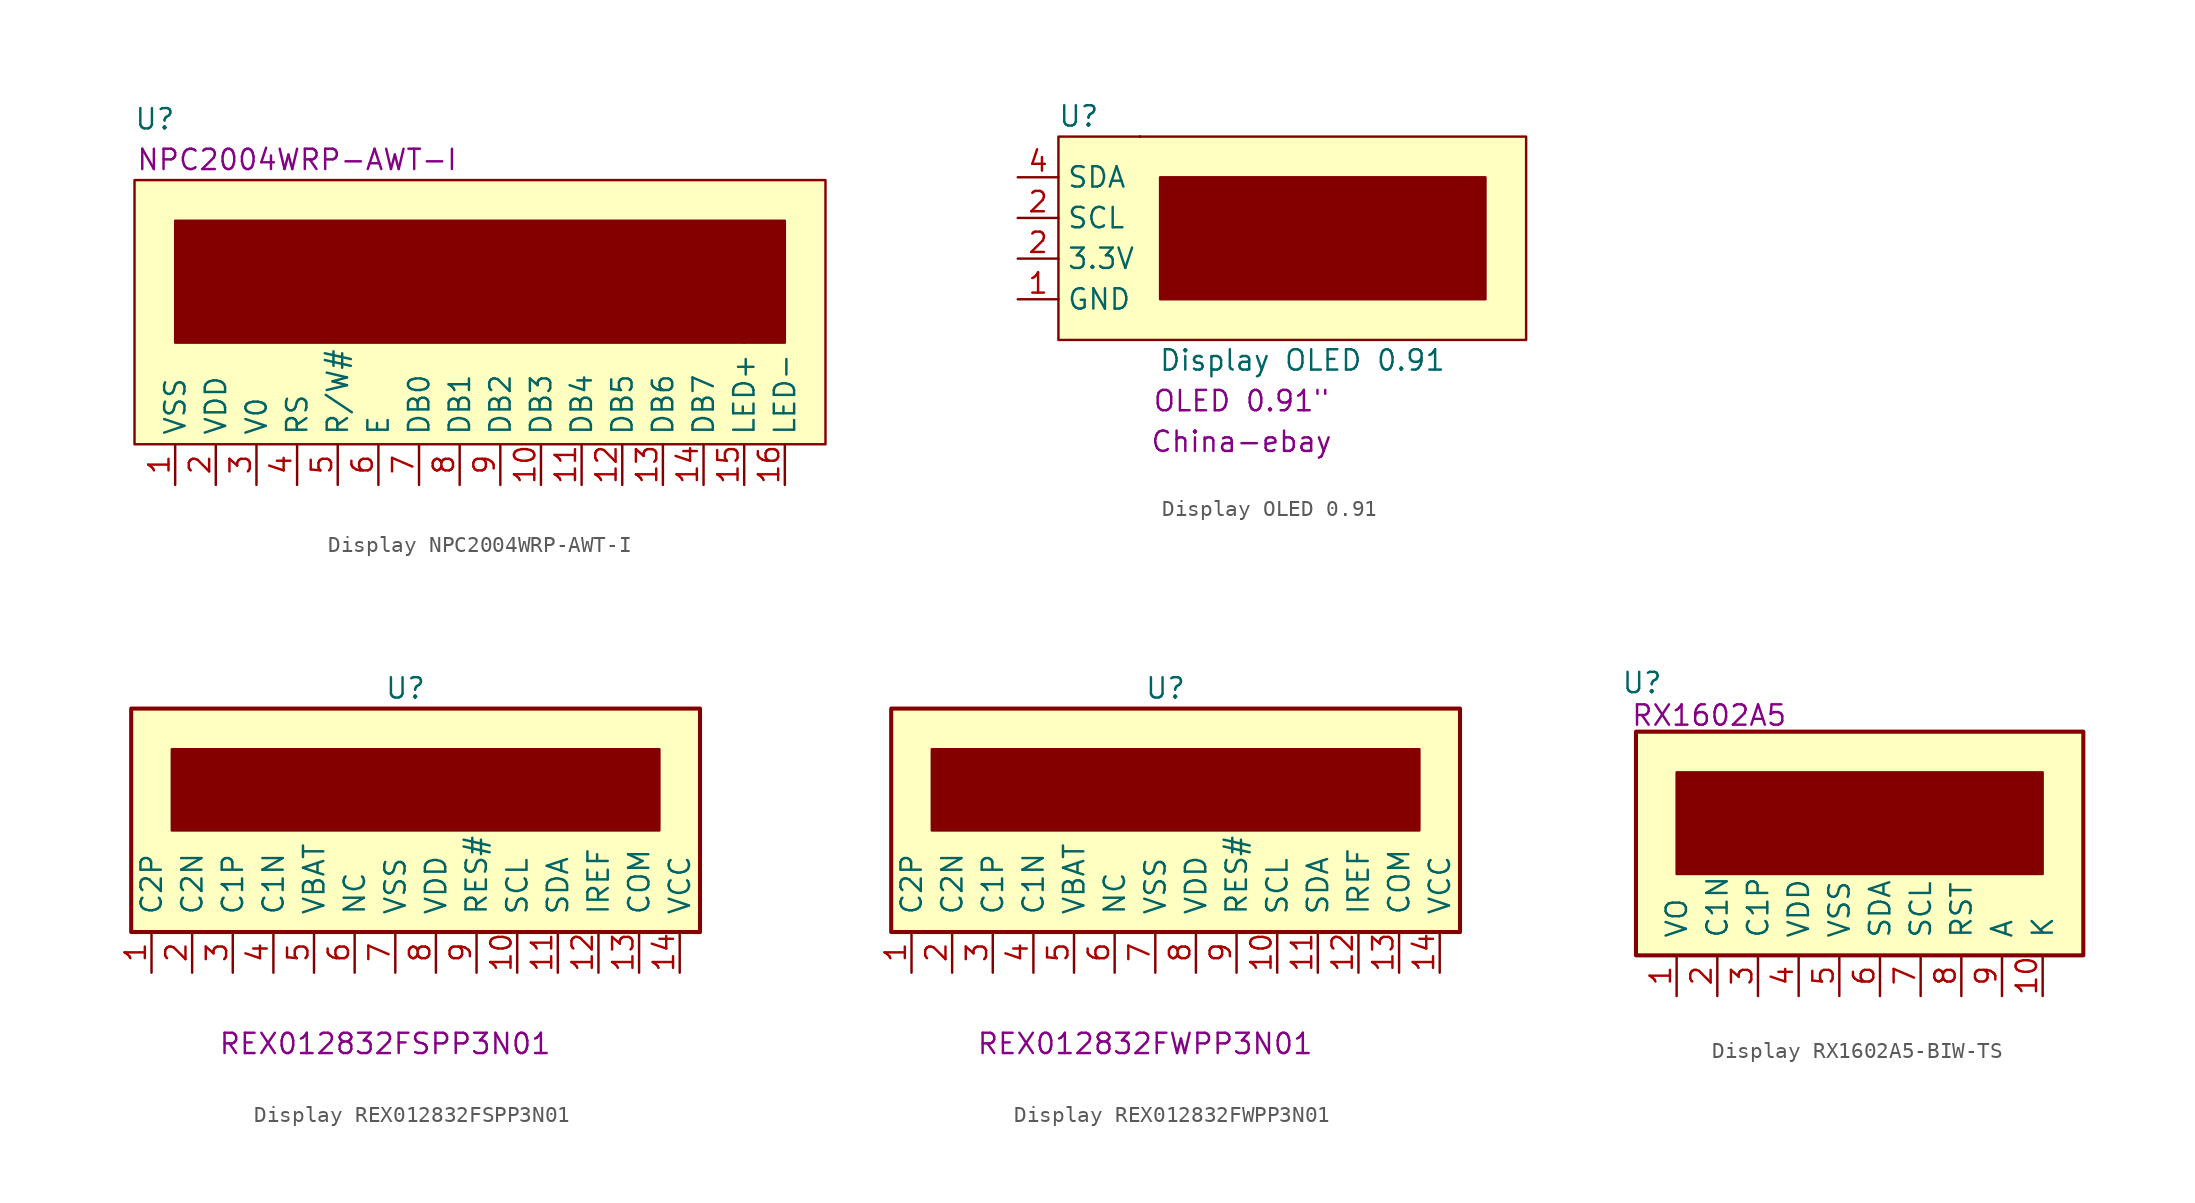
<source format=kicad_sym>
(kicad_symbol_lib
  (version 20211014)
  (generator kicad_symbol_editor)
  (symbol "Display NPC2004WRP-AWT-I"
    (property "Reference" "U"
      (at -19.05 12.7 0)
      (effects (font (size 1.27 1.27))))
    (property "Comment" "NPC2004WRP-AWT-I"
      (at -10.16 10.16 0)
      (effects (font (size 1.27 1.27))))
    (symbol "Display NPC2004WRP-AWT-I_0_1"
      (rectangle (start 17.78 -1.27) (end 17.78 -1.27) (stroke (width 0.152) (type default) (color 0 0 0 0)) (fill (type none)))
      (rectangle (start 17.78 -1.27) (end 17.78 -1.27) (stroke (width 0.152) (type default) (color 0 0 0 0)) (fill (type none)))
      (rectangle (start 20.32 -1.27) (end -17.78 6.35) (stroke (width 0.152) (type default) (color 0 0 0 0)) (fill (type outline)))
      (rectangle (start 22.86 -7.62) (end -20.32 8.89) (stroke (width 0.152) (type default) (color 0 0 0 0)) (fill (type background))))
    (symbol "Display NPC2004WRP-AWT-I_1_1"
      (pin power_in line (at -17.78 -10.16 90) (length 2.54) (name "VSS" (effects (font (size 1.27 1.27)))) (number "1" (effects (font (size 1.27 1.27)))))
      (pin bidirectional line (at 5.08 -10.16 90) (length 2.54) (name "DB3" (effects (font (size 1.27 1.27)))) (number "10" (effects (font (size 1.27 1.27)))))
      (pin bidirectional line (at 7.62 -10.16 90) (length 2.54) (name "DB4" (effects (font (size 1.27 1.27)))) (number "11" (effects (font (size 1.27 1.27)))))
      (pin bidirectional line (at 10.16 -10.16 90) (length 2.54) (name "DB5" (effects (font (size 1.27 1.27)))) (number "12" (effects (font (size 1.27 1.27)))))
      (pin bidirectional line (at 12.7 -10.16 90) (length 2.54) (name "DB6" (effects (font (size 1.27 1.27)))) (number "13" (effects (font (size 1.27 1.27)))))
      (pin bidirectional line (at 15.24 -10.16 90) (length 2.54) (name "DB7" (effects (font (size 1.27 1.27)))) (number "14" (effects (font (size 1.27 1.27)))))
      (pin power_in line (at 17.78 -10.16 90) (length 2.54) (name "LED+" (effects (font (size 1.27 1.27)))) (number "15" (effects (font (size 1.27 1.27)))))
      (pin power_in line (at 20.32 -10.16 90) (length 2.54) (name "LED-" (effects (font (size 1.27 1.27)))) (number "16" (effects (font (size 1.27 1.27)))))
      (pin power_in line (at -15.24 -10.16 90) (length 2.54) (name "VDD" (effects (font (size 1.27 1.27)))) (number "2" (effects (font (size 1.27 1.27)))))
      (pin passive line (at -12.7 -10.16 90) (length 2.54) (name "V0" (effects (font (size 1.27 1.27)))) (number "3" (effects (font (size 1.27 1.27)))))
      (pin input line (at -10.16 -10.16 90) (length 2.54) (name "RS" (effects (font (size 1.27 1.27)))) (number "4" (effects (font (size 1.27 1.27)))))
      (pin input line (at -7.62 -10.16 90) (length 2.54) (name "R/W#" (effects (font (size 1.27 1.27)))) (number "5" (effects (font (size 1.27 1.27)))))
      (pin input line (at -5.08 -10.16 90) (length 2.54) (name "E" (effects (font (size 1.27 1.27)))) (number "6" (effects (font (size 1.27 1.27)))))
      (pin bidirectional line (at -2.54 -10.16 90) (length 2.54) (name "DB0" (effects (font (size 1.27 1.27)))) (number "7" (effects (font (size 1.27 1.27)))))
      (pin bidirectional line (at 0 -10.16 90) (length 2.54) (name "DB1" (effects (font (size 1.27 1.27)))) (number "8" (effects (font (size 1.27 1.27)))))
      (pin bidirectional line (at 2.54 -10.16 90) (length 2.54) (name "DB2" (effects (font (size 1.27 1.27)))) (number "9" (effects (font (size 1.27 1.27)))))))
  (symbol "Display OLED 0.91"
    (property "Reference" "U"
      (at -6.35 1.27 0)
      (effects (font (size 1.27 1.27))))
    (property "Value" "Display OLED 0.91"
      (at 7.62 -13.97 0)
      (effects (font (size 1.27 1.27))))
    (property "Comment" "OLED 0.91\""
      (at 3.81 -16.51 0)
      (effects (font (size 1.27 1.27))))
    (property "Manufacturer" "China-ebay"
      (at 3.81 -19.05 0)
      (effects (font (size 1.27 1.27))))
    (property "ManufacturerPartNo" ""
      (at 0 0 0)
      (effects (font (size 1.27 1.27))))
    (symbol "Display OLED 0.91_0_1"
      (rectangle (start -7.62 0) (end 21.59 -12.7) (stroke (width 0.152) (type default) (color 0 0 0 0)) (fill (type background)))
      (rectangle (start -2.54 0) (end -2.54 0) (stroke (width 0.152) (type default) (color 0 0 0 0)) (fill (type none)))
      (rectangle (start -2.54 0) (end -2.54 0) (stroke (width 0.152) (type default) (color 0 0 0 0)) (fill (type none)))
      (rectangle (start -1.27 -2.54) (end 19.05 -10.16) (stroke (width 0.152) (type default) (color 0 0 0 0)) (fill (type outline))))
    (symbol "Display OLED 0.91_1_1"
      (pin power_in line (at -10.16 -10.16 0) (length 2.54) (name "GND" (effects (font (size 1.27 1.27)))) (number "1" (effects (font (size 1.27 1.27)))))
      (pin power_in line (at -10.16 -7.62 0) (length 2.54) (name "3.3V" (effects (font (size 1.27 1.27)))) (number "2" (effects (font (size 1.27 1.27)))))
      (pin input line (at -10.16 -5.08 0) (length 2.54) (name "SCL" (effects (font (size 1.27 1.27)))) (number "2" (effects (font (size 1.27 1.27)))))
      (pin bidirectional line (at -10.16 -2.54 0) (length 2.54) (name "SDA" (effects (font (size 1.27 1.27)))) (number "4" (effects (font (size 1.27 1.27)))))))
  (symbol "Display REX012832FSPP3N01"
    (pin_names
      (offset 1.016))
    (property "Reference" "U"
      (at -0.635 7.62 0)
      (effects (font (size 1.27 1.27))))
    (property "Comment" "REX012832FSPP3N01"
      (at -1.905 -14.605 0)
      (effects (font (size 1.27 1.27))))
    (symbol "Display REX012832FSPP3N01_1_1"
      (rectangle (start -17.78 6.35) (end 17.78 -7.62) (stroke (width 0.254) (type default) (color 0 0 0 0)) (fill (type background)))
      (rectangle (start -15.24 3.81) (end 15.24 -1.27) (stroke (width 0) (type default) (color 0 0 0 0)) (fill (type outline)))
      (pin passive line (at -16.51 -10.16 90) (length 2.54) (name "C2P" (effects (font (size 1.27 1.27)))) (number "1" (effects (font (size 1.27 1.27)))))
      (pin input line (at 6.35 -10.16 90) (length 2.54) (name "SCL" (effects (font (size 1.27 1.27)))) (number "10" (effects (font (size 1.27 1.27)))))
      (pin bidirectional line (at 8.89 -10.16 90) (length 2.54) (name "SDA" (effects (font (size 1.27 1.27)))) (number "11" (effects (font (size 1.27 1.27)))))
      (pin passive line (at 11.43 -10.16 90) (length 2.54) (name "IREF" (effects (font (size 1.27 1.27)))) (number "12" (effects (font (size 1.27 1.27)))))
      (pin passive line (at 13.97 -10.16 90) (length 2.54) (name "COM" (effects (font (size 1.27 1.27)))) (number "13" (effects (font (size 1.27 1.27)))))
      (pin power_in line (at 16.51 -10.16 90) (length 2.54) (name "VCC" (effects (font (size 1.27 1.27)))) (number "14" (effects (font (size 1.27 1.27)))))
      (pin passive line (at -13.97 -10.16 90) (length 2.54) (name "C2N" (effects (font (size 1.27 1.27)))) (number "2" (effects (font (size 1.27 1.27)))))
      (pin passive line (at -11.43 -10.16 90) (length 2.54) (name "C1P" (effects (font (size 1.27 1.27)))) (number "3" (effects (font (size 1.27 1.27)))))
      (pin passive line (at -8.89 -10.16 90) (length 2.54) (name "C1N" (effects (font (size 1.27 1.27)))) (number "4" (effects (font (size 1.27 1.27)))))
      (pin power_in line (at -6.35 -10.16 90) (length 2.54) (name "VBAT" (effects (font (size 1.27 1.27)))) (number "5" (effects (font (size 1.27 1.27)))))
      (pin passive line (at -3.81 -10.16 90) (length 2.54) (name "NC" (effects (font (size 1.27 1.27)))) (number "6" (effects (font (size 1.27 1.27)))))
      (pin passive line (at -1.27 -10.16 90) (length 2.54) (name "VSS" (effects (font (size 1.27 1.27)))) (number "7" (effects (font (size 1.27 1.27)))))
      (pin power_in line (at 1.27 -10.16 90) (length 2.54) (name "VDD" (effects (font (size 1.27 1.27)))) (number "8" (effects (font (size 1.27 1.27)))))
      (pin input line (at 3.81 -10.16 90) (length 2.54) (name "RES#" (effects (font (size 1.27 1.27)))) (number "9" (effects (font (size 1.27 1.27)))))))
  (symbol "Display REX012832FWPP3N01"
    (pin_names
      (offset 1.016))
    (property "Reference" "U"
      (at -0.635 7.62 0)
      (effects (font (size 1.27 1.27))))
    (property "Comment" "REX012832FWPP3N01"
      (at -1.905 -14.605 0)
      (effects (font (size 1.27 1.27))))
    (symbol "Display REX012832FWPP3N01_1_1"
      (rectangle (start -17.78 6.35) (end 17.78 -7.62) (stroke (width 0.254) (type default) (color 0 0 0 0)) (fill (type background)))
      (rectangle (start -15.24 3.81) (end 15.24 -1.27) (stroke (width 0) (type default) (color 0 0 0 0)) (fill (type outline)))
      (pin passive line (at -16.51 -10.16 90) (length 2.54) (name "C2P" (effects (font (size 1.27 1.27)))) (number "1" (effects (font (size 1.27 1.27)))))
      (pin input line (at 6.35 -10.16 90) (length 2.54) (name "SCL" (effects (font (size 1.27 1.27)))) (number "10" (effects (font (size 1.27 1.27)))))
      (pin bidirectional line (at 8.89 -10.16 90) (length 2.54) (name "SDA" (effects (font (size 1.27 1.27)))) (number "11" (effects (font (size 1.27 1.27)))))
      (pin passive line (at 11.43 -10.16 90) (length 2.54) (name "IREF" (effects (font (size 1.27 1.27)))) (number "12" (effects (font (size 1.27 1.27)))))
      (pin passive line (at 13.97 -10.16 90) (length 2.54) (name "COM" (effects (font (size 1.27 1.27)))) (number "13" (effects (font (size 1.27 1.27)))))
      (pin power_in line (at 16.51 -10.16 90) (length 2.54) (name "VCC" (effects (font (size 1.27 1.27)))) (number "14" (effects (font (size 1.27 1.27)))))
      (pin passive line (at -13.97 -10.16 90) (length 2.54) (name "C2N" (effects (font (size 1.27 1.27)))) (number "2" (effects (font (size 1.27 1.27)))))
      (pin passive line (at -11.43 -10.16 90) (length 2.54) (name "C1P" (effects (font (size 1.27 1.27)))) (number "3" (effects (font (size 1.27 1.27)))))
      (pin passive line (at -8.89 -10.16 90) (length 2.54) (name "C1N" (effects (font (size 1.27 1.27)))) (number "4" (effects (font (size 1.27 1.27)))))
      (pin power_in line (at -6.35 -10.16 90) (length 2.54) (name "VBAT" (effects (font (size 1.27 1.27)))) (number "5" (effects (font (size 1.27 1.27)))))
      (pin passive line (at -3.81 -10.16 90) (length 2.54) (name "NC" (effects (font (size 1.27 1.27)))) (number "6" (effects (font (size 1.27 1.27)))))
      (pin passive line (at -1.27 -10.16 90) (length 2.54) (name "VSS" (effects (font (size 1.27 1.27)))) (number "7" (effects (font (size 1.27 1.27)))))
      (pin power_in line (at 1.27 -10.16 90) (length 2.54) (name "VDD" (effects (font (size 1.27 1.27)))) (number "8" (effects (font (size 1.27 1.27)))))
      (pin input line (at 3.81 -10.16 90) (length 2.54) (name "RES#" (effects (font (size 1.27 1.27)))) (number "9" (effects (font (size 1.27 1.27)))))))
  (symbol "Display RX1602A5-BIW-TS"
    (pin_names
      (offset 1.016))
    (property "Reference" "U"
      (at -13.589 8.128 0)
      (effects (font (size 1.27 1.27))))
    (property "Comment" "RX1602A5"
      (at -9.398 6.096 0)
      (effects (font (size 1.27 1.27))))
    (symbol "Display RX1602A5-BIW-TS_0_1"
      (rectangle (start -13.97 5.08) (end 13.97 -8.89) (stroke (width 0.254) (type default) (color 0 0 0 0)) (fill (type background)))
      (rectangle (start -11.43 2.54) (end 11.43 -3.81) (stroke (width 0) (type default) (color 0 0 0 0)) (fill (type outline))))
    (symbol "Display RX1602A5-BIW-TS_1_1"
      (pin passive line (at -11.43 -11.43 90) (length 2.54) (name "VO" (effects (font (size 1.27 1.27)))) (number "1" (effects (font (size 1.27 1.27)))))
      (pin passive line (at 11.43 -11.43 90) (length 2.54) (name "K" (effects (font (size 1.27 1.27)))) (number "10" (effects (font (size 1.27 1.27)))))
      (pin passive line (at -8.89 -11.43 90) (length 2.54) (name "C1N" (effects (font (size 1.27 1.27)))) (number "2" (effects (font (size 1.27 1.27)))))
      (pin passive line (at -6.35 -11.43 90) (length 2.54) (name "C1P" (effects (font (size 1.27 1.27)))) (number "3" (effects (font (size 1.27 1.27)))))
      (pin power_in line (at -3.81 -11.43 90) (length 2.54) (name "VDD" (effects (font (size 1.27 1.27)))) (number "4" (effects (font (size 1.27 1.27)))))
      (pin power_in line (at -1.27 -11.43 90) (length 2.54) (name "VSS" (effects (font (size 1.27 1.27)))) (number "5" (effects (font (size 1.27 1.27)))))
      (pin bidirectional line (at 1.27 -11.43 90) (length 2.54) (name "SDA" (effects (font (size 1.27 1.27)))) (number "6" (effects (font (size 1.27 1.27)))))
      (pin input line (at 3.81 -11.43 90) (length 2.54) (name "SCL" (effects (font (size 1.27 1.27)))) (number "7" (effects (font (size 1.27 1.27)))))
      (pin input line (at 6.35 -11.43 90) (length 2.54) (name "RST" (effects (font (size 1.27 1.27)))) (number "8" (effects (font (size 1.27 1.27)))))
      (pin passive line (at 8.89 -11.43 90) (length 2.54) (name "A" (effects (font (size 1.27 1.27)))) (number "9" (effects (font (size 1.27 1.27))))))))
</source>
